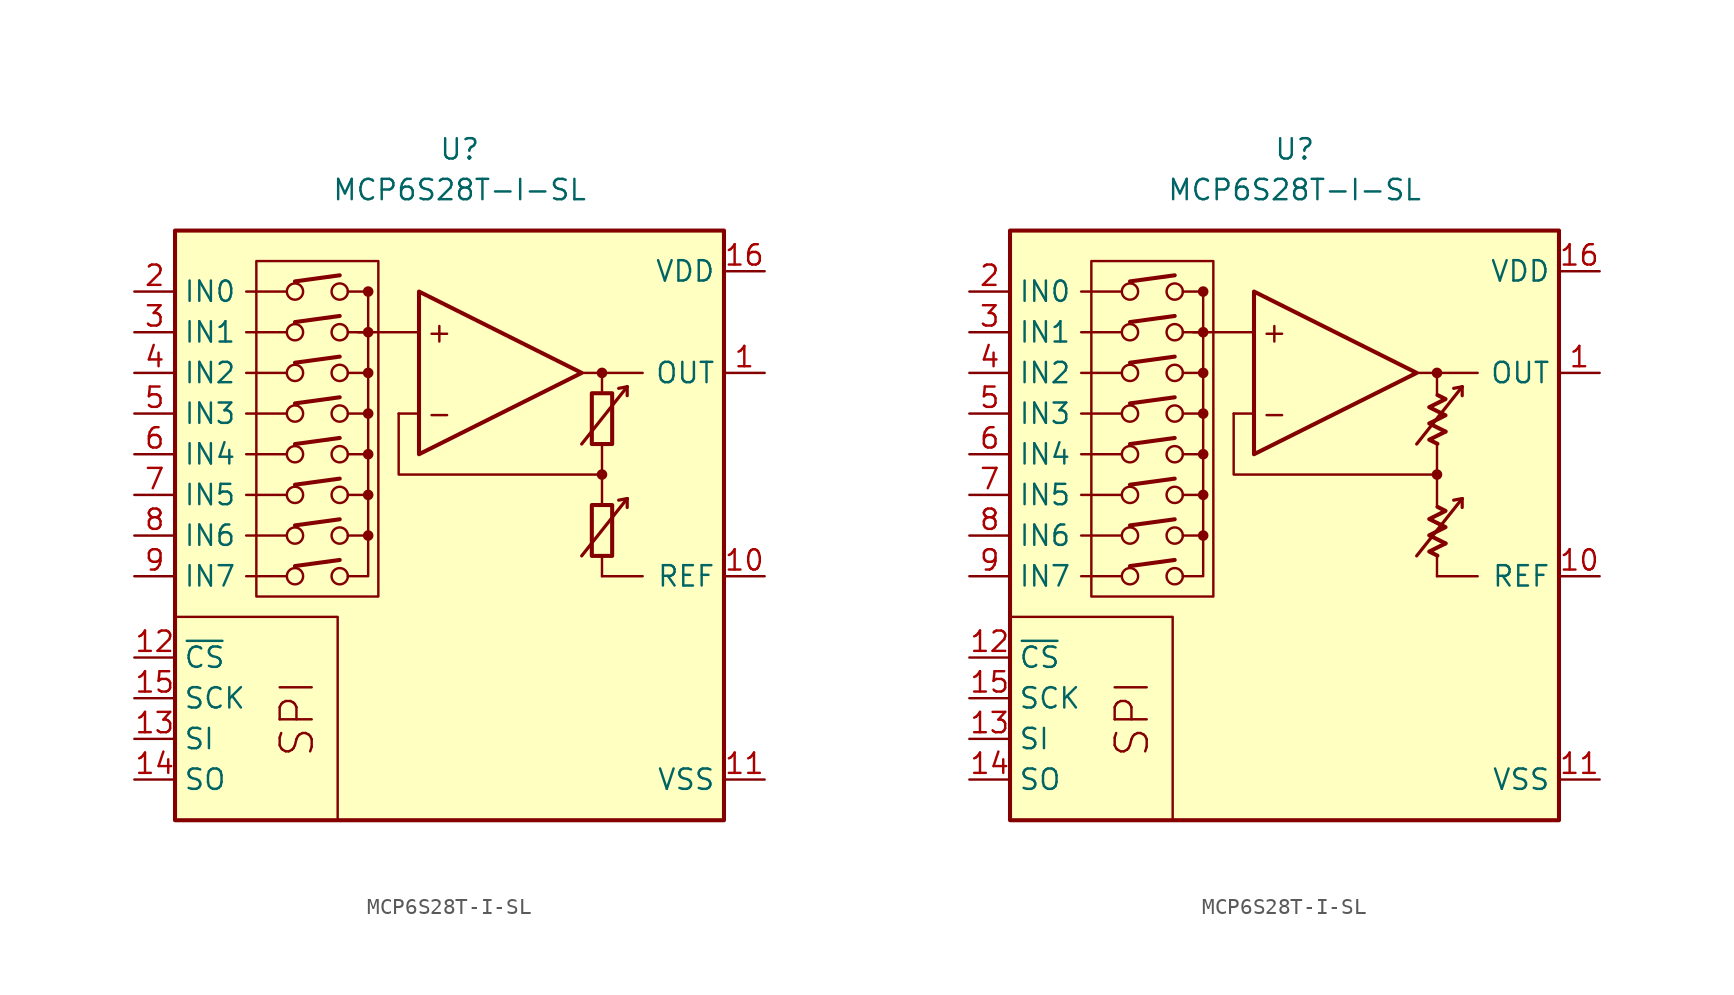
<source format=kicad_sym>
(kicad_symbol_lib
  (version 20231120)
  (generator "kicad_symbol_editor")
  (generator_version "8.0")
  (symbol "MCP6S28T-I-SL"
    (property "Reference" "U"
      (at 0 19.05 0)
      (effects (font (size 1.27 1.27))))
    (property "Value" "MCP6S28T-I-SL"
      (at 0 16.51 0)
      (effects (font (size 1.27 1.27))))
    (symbol "MCP6S28T-I-SL_0_0"
      (rectangle (start -17.78 13.97) (end 16.51 -22.86) (stroke (width 0.254) (type default)) (fill (type background)))
      (rectangle (start -12.7 12.065) (end -5.08 -8.89) (stroke (width 0.152) (type default)) (fill (type none)))
      (circle (center -10.287 -7.62) (radius 0.508) (stroke (width 0) (type default)) (fill (type none)))
      (circle (center -10.287 -5.08) (radius 0.508) (stroke (width 0) (type default)) (fill (type none)))
      (circle (center -10.287 -2.54) (radius 0.508) (stroke (width 0) (type default)) (fill (type none)))
      (circle (center -10.287 0) (radius 0.508) (stroke (width 0) (type default)) (fill (type none)))
      (circle (center -10.287 2.54) (radius 0.508) (stroke (width 0) (type default)) (fill (type none)))
      (circle (center -10.287 5.08) (radius 0.508) (stroke (width 0) (type default)) (fill (type none)))
      (circle (center -10.287 7.62) (radius 0.508) (stroke (width 0) (type default)) (fill (type none)))
      (circle (center -10.287 10.16) (radius 0.508) (stroke (width 0) (type default)) (fill (type none)))
      (circle (center -7.493 -7.62) (radius 0.508) (stroke (width 0) (type default)) (fill (type none)))
      (circle (center -7.493 -5.08) (radius 0.508) (stroke (width 0) (type default)) (fill (type none)))
      (circle (center -7.493 -2.54) (radius 0.508) (stroke (width 0) (type default)) (fill (type none)))
      (circle (center -7.493 0) (radius 0.508) (stroke (width 0) (type default)) (fill (type none)))
      (circle (center -7.493 2.54) (radius 0.508) (stroke (width 0) (type default)) (fill (type none)))
      (circle (center -7.493 5.08) (radius 0.508) (stroke (width 0) (type default)) (fill (type none)))
      (circle (center -7.493 7.62) (radius 0.508) (stroke (width 0) (type default)) (fill (type none)))
      (circle (center -7.493 10.16) (radius 0.508) (stroke (width 0) (type default)) (fill (type none)))
      (circle (center -5.715 -5.08) (radius 0.254) (stroke (width 0.152) (type default)) (fill (type outline)))
      (circle (center -5.715 -2.54) (radius 0.254) (stroke (width 0.152) (type default)) (fill (type outline)))
      (circle (center -5.715 0) (radius 0.254) (stroke (width 0.152) (type default)) (fill (type outline)))
      (circle (center -5.715 2.54) (radius 0.254) (stroke (width 0.152) (type default)) (fill (type outline)))
      (circle (center -5.715 5.08) (radius 0.254) (stroke (width 0.152) (type default)) (fill (type outline)))
      (circle (center -5.715 7.62) (radius 0.254) (stroke (width 0.152) (type default)) (fill (type outline)))
      (circle (center -5.715 10.16) (radius 0.254) (stroke (width 0.152) (type default)) (fill (type outline)))
      (polyline (pts (xy 8.89 -3.81)) (stroke (width 0.152) (type default)) (fill (type none)))
      (polyline (pts (xy 8.89 -3.81)) (stroke (width 0.152) (type default)) (fill (type none)))
      (polyline (pts (xy 8.89 -3.175)) (stroke (width 0.152) (type default)) (fill (type none)))
      (polyline (pts (xy 8.89 3.175)) (stroke (width 0.152) (type default)) (fill (type none)))
      (polyline (pts (xy 8.89 3.81)) (stroke (width 0.152) (type default)) (fill (type none)))
      (polyline (pts (xy 8.89 3.81)) (stroke (width 0.152) (type default)) (fill (type none)))
      (polyline (pts (xy -10.795 -7.62) (xy -13.335 -7.62)) (stroke (width 0.152) (type default)) (fill (type none)))
      (polyline (pts (xy -10.795 -5.08) (xy -13.335 -5.08)) (stroke (width 0.152) (type default)) (fill (type none)))
      (polyline (pts (xy -10.795 -2.54) (xy -13.335 -2.54)) (stroke (width 0.152) (type default)) (fill (type none)))
      (polyline (pts (xy -10.795 0) (xy -13.335 0)) (stroke (width 0.152) (type default)) (fill (type none)))
      (polyline (pts (xy -10.795 2.54) (xy -13.335 2.54)) (stroke (width 0.152) (type default)) (fill (type none)))
      (polyline (pts (xy -10.795 5.08) (xy -13.335 5.08)) (stroke (width 0.152) (type default)) (fill (type none)))
      (polyline (pts (xy -10.795 7.62) (xy -13.335 7.62)) (stroke (width 0.152) (type default)) (fill (type none)))
      (polyline (pts (xy -10.795 10.16) (xy -13.335 10.16)) (stroke (width 0.152) (type default)) (fill (type none)))
      (polyline (pts (xy -10.287 -6.985) (xy -7.493 -6.604)) (stroke (width 0.254) (type default)) (fill (type none)))
      (polyline (pts (xy -10.287 -4.445) (xy -7.493 -4.064)) (stroke (width 0.254) (type default)) (fill (type none)))
      (polyline (pts (xy -10.287 -1.905) (xy -7.493 -1.524)) (stroke (width 0.254) (type default)) (fill (type none)))
      (polyline (pts (xy -10.287 0.635) (xy -7.493 1.016)) (stroke (width 0.254) (type default)) (fill (type none)))
      (polyline (pts (xy -10.287 3.175) (xy -7.493 3.556)) (stroke (width 0.254) (type default)) (fill (type none)))
      (polyline (pts (xy -10.287 5.715) (xy -7.493 6.096)) (stroke (width 0.254) (type default)) (fill (type none)))
      (polyline (pts (xy -10.287 8.255) (xy -7.493 8.636)) (stroke (width 0.254) (type default)) (fill (type none)))
      (polyline (pts (xy -10.287 10.795) (xy -7.493 11.176)) (stroke (width 0.254) (type default)) (fill (type none)))
      (polyline (pts (xy -5.715 10.16) (xy -6.985 10.16)) (stroke (width 0.152) (type default)) (fill (type none)))
      (polyline (pts (xy -2.54 2.54) (xy -3.81 2.54)) (stroke (width 0.152) (type default)) (fill (type none)))
      (polyline (pts (xy -2.54 7.62) (xy -6.35 7.62)) (stroke (width 0.152) (type default)) (fill (type none)))
      (polyline (pts (xy 7.62 5.08) (xy 11.43 5.08)) (stroke (width 0.152) (type default)) (fill (type none)))
      (polyline (pts (xy 8.89 -6.35) (xy 8.89 -7.62)) (stroke (width 0.152) (type default)) (fill (type none)))
      (polyline (pts (xy 8.89 -1.27) (xy 8.89 -3.175)) (stroke (width 0.152) (type default)) (fill (type none)))
      (polyline (pts (xy 8.89 0.635) (xy 8.89 -1.27)) (stroke (width 0.152) (type default)) (fill (type none)))
      (polyline (pts (xy 8.89 5.08) (xy 8.89 3.81)) (stroke (width 0.152) (type default)) (fill (type none)))
      (polyline (pts (xy -7.62 -22.86) (xy -7.62 -10.16) (xy -17.78 -10.16)) (stroke (width 0.152) (type default)) (fill (type none)))
      (polyline (pts (xy -6.985 -7.62) (xy -5.715 -7.62) (xy -5.715 -5.08)) (stroke (width 0.152) (type default)) (fill (type none)))
      (polyline (pts (xy -6.985 -5.08) (xy -5.715 -5.08) (xy -5.715 -2.54)) (stroke (width 0.152) (type default)) (fill (type none)))
      (polyline (pts (xy -6.985 -2.54) (xy -5.715 -2.54) (xy -5.715 0)) (stroke (width 0.152) (type default)) (fill (type none)))
      (polyline (pts (xy -6.985 0) (xy -5.715 0) (xy -5.715 2.54)) (stroke (width 0.152) (type default)) (fill (type none)))
      (polyline (pts (xy -6.985 2.54) (xy -5.715 2.54) (xy -5.715 5.08)) (stroke (width 0.152) (type default)) (fill (type none)))
      (polyline (pts (xy -6.985 5.08) (xy -5.715 5.08) (xy -5.715 7.62)) (stroke (width 0.152) (type default)) (fill (type none)))
      (polyline (pts (xy -6.985 7.62) (xy -5.715 7.62) (xy -5.715 10.16)) (stroke (width 0.152) (type default)) (fill (type none)))
      (polyline (pts (xy 8.89 -1.27) (xy -3.81 -1.27) (xy -3.81 2.54)) (stroke (width 0.152) (type default)) (fill (type none)))
      (circle (center 8.89 -1.27) (radius 0.254) (stroke (width 0.152) (type default)) (fill (type outline)))
      (circle (center 8.89 5.08) (radius 0.254) (stroke (width 0.152) (type default)) (fill (type outline)))
      (text "+" (at -1.27 7.62 0) (effects (font (size 1.27 1.27))))
      (text "-" (at -1.27 2.54 0) (effects (font (size 1.27 1.27))))
      (text "SPI" (at -10.16 -16.51 900) (effects (font (size 2 2)))))
    (symbol "MCP6S28T-I-SL_0_1"
      (rectangle (start 8.255 -3.175) (end 9.525 -6.35) (stroke (width 0.254) (type default)) (fill (type none)))
      (rectangle (start 8.255 3.81) (end 9.525 0.635) (stroke (width 0.254) (type default)) (fill (type none))))
    (symbol "MCP6S28T-I-SL_0_2"
      (polyline (pts (xy 9.422 -5.572) (xy 8.406 -6.08) (xy 8.915 -6.333)) (stroke (width 0.254) (type default)) (fill (type none)))
      (polyline (pts (xy 9.422 1.413) (xy 8.406 0.905) (xy 8.915 0.651)) (stroke (width 0.254) (type default)) (fill (type none)))
      (polyline (pts (xy 8.915 -3.285) (xy 9.422 -3.539) (xy 8.406 -4.048) (xy 9.422 -4.556) (xy 8.406 -5.064) (xy 9.422 -5.572)) (stroke (width 0.254) (type default)) (fill (type none)))
      (polyline (pts (xy 8.915 3.7) (xy 9.422 3.446) (xy 8.406 2.938) (xy 9.422 2.429) (xy 8.406 1.921) (xy 9.422 1.413)) (stroke (width 0.254) (type default)) (fill (type none))))
    (symbol "MCP6S28T-I-SL_1_0"
      (polyline (pts (xy 8.89 -7.62) (xy 11.43 -7.62)) (stroke (width 0) (type default)) (fill (type none)))
      (polyline (pts (xy 10.465 -2.769) (xy 9.931 -2.87)) (stroke (width 0.2) (type default)) (fill (type none)))
      (polyline (pts (xy 10.465 -2.769) (xy 10.465 -3.327)) (stroke (width 0.2) (type default)) (fill (type none)))
      (polyline (pts (xy 10.465 4.216) (xy 9.931 4.115)) (stroke (width 0.2) (type default)) (fill (type none)))
      (polyline (pts (xy 10.465 4.216) (xy 10.465 3.658)) (stroke (width 0.2) (type default)) (fill (type none)))
      (polyline (pts (xy -2.54 10.16) (xy -2.54 0) (xy 7.62 5.08) (xy -2.54 10.16)) (stroke (width 0.254) (type default)) (fill (type background)))
      (polyline (pts (xy 7.62 -6.35) (xy 10.465 -2.769) (xy 10.465 -2.769) (xy 10.465 -2.769)) (stroke (width 0.2) (type default)) (fill (type none)))
      (polyline (pts (xy 7.62 0.635) (xy 10.465 4.216) (xy 10.465 4.216) (xy 10.465 4.216)) (stroke (width 0.2) (type default)) (fill (type none))))
    (symbol "MCP6S28T-I-SL_1_1"
      (pin output line (at 19.05 5.08 180) (length 2.54) (name "OUT" (effects (font (size 1.27 1.27)))) (number "1" (effects (font (size 1.27 1.27)))))
      (pin passive line (at 19.05 -7.62 180) (length 2.54) (name "REF" (effects (font (size 1.27 1.27)))) (number "10" (effects (font (size 1.27 1.27)))))
      (pin power_in line (at 19.05 -20.32 180) (length 2.54) (name "VSS" (effects (font (size 1.27 1.27)))) (number "11" (effects (font (size 1.27 1.27)))))
      (pin input line (at -20.32 -12.7 0) (length 2.54) (name "~{CS}" (effects (font (size 1.27 1.27)))) (number "12" (effects (font (size 1.27 1.27)))))
      (pin input line (at -20.32 -17.78 0) (length 2.54) (name "SI" (effects (font (size 1.27 1.27)))) (number "13" (effects (font (size 1.27 1.27)))))
      (pin output line (at -20.32 -20.32 0) (length 2.54) (name "SO" (effects (font (size 1.27 1.27)))) (number "14" (effects (font (size 1.27 1.27)))))
      (pin input line (at -20.32 -15.24 0) (length 2.54) (name "SCK" (effects (font (size 1.27 1.27)))) (number "15" (effects (font (size 1.27 1.27)))))
      (pin power_in line (at 19.05 11.43 180) (length 2.54) (name "VDD" (effects (font (size 1.27 1.27)))) (number "16" (effects (font (size 1.27 1.27)))))
      (pin input line (at -20.32 10.16 0) (length 2.54) (name "IN0" (effects (font (size 1.27 1.27)))) (number "2" (effects (font (size 1.27 1.27)))))
      (pin input line (at -20.32 7.62 0) (length 2.54) (name "IN1" (effects (font (size 1.27 1.27)))) (number "3" (effects (font (size 1.27 1.27)))))
      (pin input line (at -20.32 5.08 0) (length 2.54) (name "IN2" (effects (font (size 1.27 1.27)))) (number "4" (effects (font (size 1.27 1.27)))))
      (pin input line (at -20.32 2.54 0) (length 2.54) (name "IN3" (effects (font (size 1.27 1.27)))) (number "5" (effects (font (size 1.27 1.27)))))
      (pin input line (at -20.32 0 0) (length 2.54) (name "IN4" (effects (font (size 1.27 1.27)))) (number "6" (effects (font (size 1.27 1.27)))))
      (pin input line (at -20.32 -2.54 0) (length 2.54) (name "IN5" (effects (font (size 1.27 1.27)))) (number "7" (effects (font (size 1.27 1.27)))))
      (pin input line (at -20.32 -5.08 0) (length 2.54) (name "IN6" (effects (font (size 1.27 1.27)))) (number "8" (effects (font (size 1.27 1.27)))))
      (pin input line (at -20.32 -7.62 0) (length 2.54) (name "IN7" (effects (font (size 1.27 1.27)))) (number "9" (effects (font (size 1.27 1.27))))))
    (symbol "MCP6S28T-I-SL_1_2"
      (pin output line (at 19.05 5.08 180) (length 2.54) (name "OUT" (effects (font (size 1.27 1.27)))) (number "1" (effects (font (size 1.27 1.27)))))
      (pin passive line (at 19.05 -7.62 180) (length 2.54) (name "REF" (effects (font (size 1.27 1.27)))) (number "10" (effects (font (size 1.27 1.27)))))
      (pin power_in line (at 19.05 -20.32 180) (length 2.54) (name "VSS" (effects (font (size 1.27 1.27)))) (number "11" (effects (font (size 1.27 1.27)))))
      (pin input line (at -20.32 -12.7 0) (length 2.54) (name "~{CS}" (effects (font (size 1.27 1.27)))) (number "12" (effects (font (size 1.27 1.27)))))
      (pin input line (at -20.32 -17.78 0) (length 2.54) (name "SI" (effects (font (size 1.27 1.27)))) (number "13" (effects (font (size 1.27 1.27)))))
      (pin output line (at -20.32 -20.32 0) (length 2.54) (name "SO" (effects (font (size 1.27 1.27)))) (number "14" (effects (font (size 1.27 1.27)))))
      (pin input line (at -20.32 -15.24 0) (length 2.54) (name "SCK" (effects (font (size 1.27 1.27)))) (number "15" (effects (font (size 1.27 1.27)))))
      (pin power_in line (at 19.05 11.43 180) (length 2.54) (name "VDD" (effects (font (size 1.27 1.27)))) (number "16" (effects (font (size 1.27 1.27)))))
      (pin input line (at -20.32 10.16 0) (length 2.54) (name "IN0" (effects (font (size 1.27 1.27)))) (number "2" (effects (font (size 1.27 1.27)))))
      (pin input line (at -20.32 7.62 0) (length 2.54) (name "IN1" (effects (font (size 1.27 1.27)))) (number "3" (effects (font (size 1.27 1.27)))))
      (pin input line (at -20.32 5.08 0) (length 2.54) (name "IN2" (effects (font (size 1.27 1.27)))) (number "4" (effects (font (size 1.27 1.27)))))
      (pin input line (at -20.32 2.54 0) (length 2.54) (name "IN3" (effects (font (size 1.27 1.27)))) (number "5" (effects (font (size 1.27 1.27)))))
      (pin input line (at -20.32 0 0) (length 2.54) (name "IN4" (effects (font (size 1.27 1.27)))) (number "6" (effects (font (size 1.27 1.27)))))
      (pin input line (at -20.32 -2.54 0) (length 2.54) (name "IN5" (effects (font (size 1.27 1.27)))) (number "7" (effects (font (size 1.27 1.27)))))
      (pin input line (at -20.32 -5.08 0) (length 2.54) (name "IN6" (effects (font (size 1.27 1.27)))) (number "8" (effects (font (size 1.27 1.27)))))
      (pin input line (at -20.32 -7.62 0) (length 2.54) (name "IN7" (effects (font (size 1.27 1.27)))) (number "9" (effects (font (size 1.27 1.27))))))))
</source>
